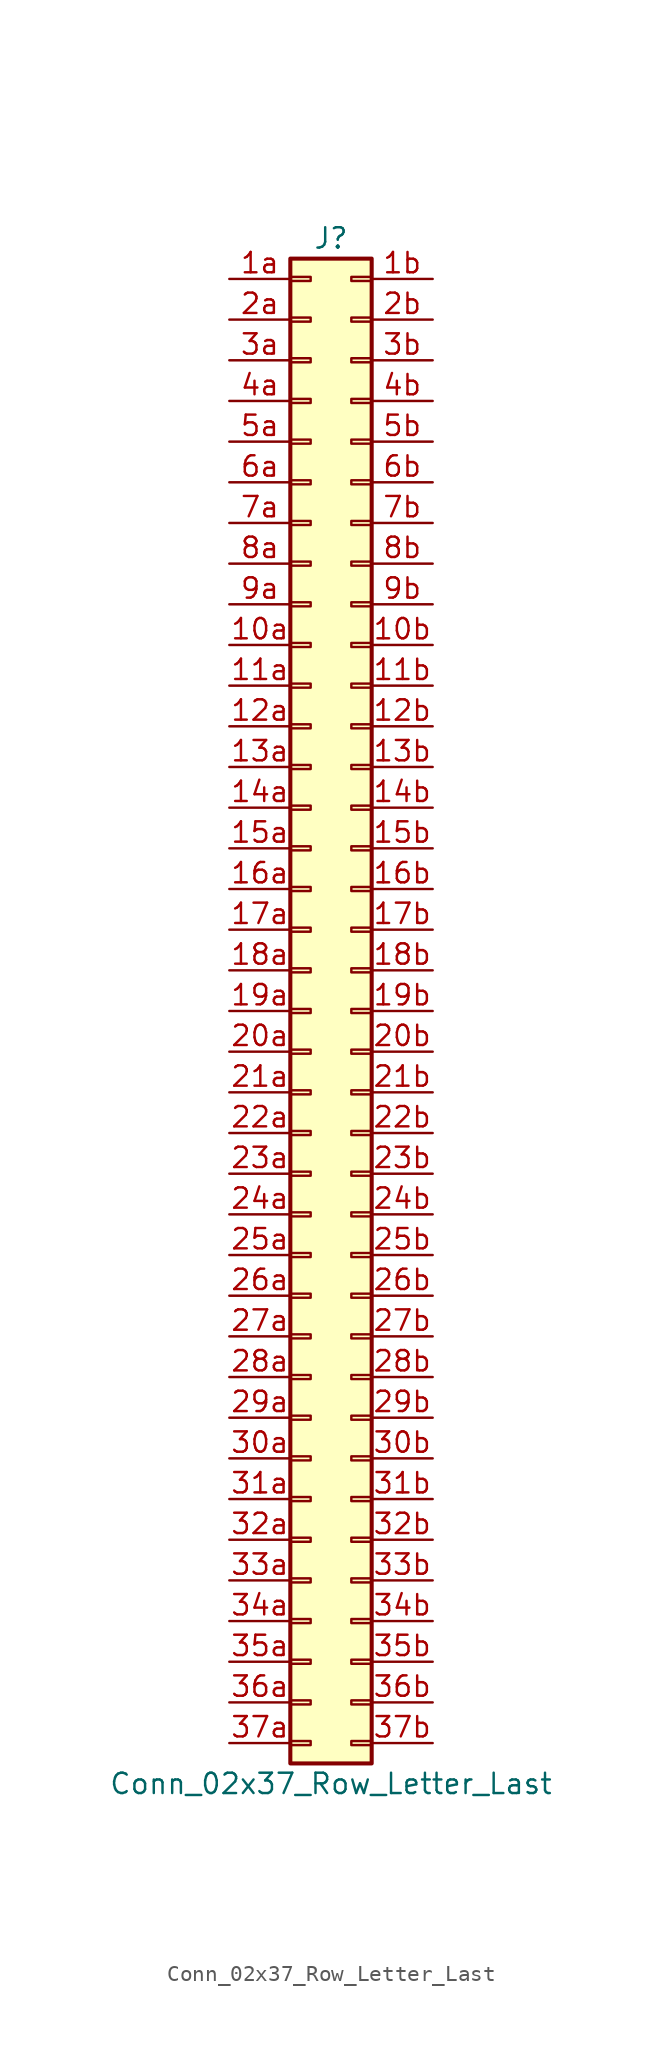
<source format=kicad_sym>
(kicad_symbol_lib
  (version 20201005)
  (generator kicad_symbol_editor)
  (symbol "Conn_02x37_Row_Letter_Last"
    (pin_names
      (offset 1.016) hide)
    (property "Reference" "J"
      (at 1.27 48.26 0)
      (effects (font (size 1.27 1.27))))
    (property "Value" "Conn_02x37_Row_Letter_Last"
      (at 1.27 -48.26 0)
      (effects (font (size 1.27 1.27))))
    (symbol "Conn_02x37_Row_Letter_Last_1_1"
      (rectangle (start -1.27 -45.593) (end 0 -45.847) (stroke (width 0.152)) (fill (type none)))
      (rectangle (start -1.27 -43.053) (end 0 -43.307) (stroke (width 0.152)) (fill (type none)))
      (rectangle (start -1.27 -40.513) (end 0 -40.767) (stroke (width 0.152)) (fill (type none)))
      (rectangle (start -1.27 -37.973) (end 0 -38.227) (stroke (width 0.152)) (fill (type none)))
      (rectangle (start -1.27 -35.433) (end 0 -35.687) (stroke (width 0.152)) (fill (type none)))
      (rectangle (start -1.27 -32.893) (end 0 -33.147) (stroke (width 0.152)) (fill (type none)))
      (rectangle (start -1.27 -30.353) (end 0 -30.607) (stroke (width 0.152)) (fill (type none)))
      (rectangle (start -1.27 -27.813) (end 0 -28.067) (stroke (width 0.152)) (fill (type none)))
      (rectangle (start -1.27 -25.273) (end 0 -25.527) (stroke (width 0.152)) (fill (type none)))
      (rectangle (start -1.27 -22.733) (end 0 -22.987) (stroke (width 0.152)) (fill (type none)))
      (rectangle (start -1.27 -20.193) (end 0 -20.447) (stroke (width 0.152)) (fill (type none)))
      (rectangle (start -1.27 -17.653) (end 0 -17.907) (stroke (width 0.152)) (fill (type none)))
      (rectangle (start -1.27 -15.113) (end 0 -15.367) (stroke (width 0.152)) (fill (type none)))
      (rectangle (start -1.27 -12.573) (end 0 -12.827) (stroke (width 0.152)) (fill (type none)))
      (rectangle (start -1.27 -10.033) (end 0 -10.287) (stroke (width 0.152)) (fill (type none)))
      (rectangle (start -1.27 -7.493) (end 0 -7.747) (stroke (width 0.152)) (fill (type none)))
      (rectangle (start -1.27 -4.953) (end 0 -5.207) (stroke (width 0.152)) (fill (type none)))
      (rectangle (start -1.27 -2.413) (end 0 -2.667) (stroke (width 0.152)) (fill (type none)))
      (rectangle (start -1.27 0.127) (end 0 -0.127) (stroke (width 0.152)) (fill (type none)))
      (rectangle (start -1.27 2.667) (end 0 2.413) (stroke (width 0.152)) (fill (type none)))
      (rectangle (start -1.27 5.207) (end 0 4.953) (stroke (width 0.152)) (fill (type none)))
      (rectangle (start -1.27 7.747) (end 0 7.493) (stroke (width 0.152)) (fill (type none)))
      (rectangle (start -1.27 10.287) (end 0 10.033) (stroke (width 0.152)) (fill (type none)))
      (rectangle (start -1.27 12.827) (end 0 12.573) (stroke (width 0.152)) (fill (type none)))
      (rectangle (start -1.27 15.367) (end 0 15.113) (stroke (width 0.152)) (fill (type none)))
      (rectangle (start -1.27 17.907) (end 0 17.653) (stroke (width 0.152)) (fill (type none)))
      (rectangle (start -1.27 20.447) (end 0 20.193) (stroke (width 0.152)) (fill (type none)))
      (rectangle (start -1.27 22.987) (end 0 22.733) (stroke (width 0.152)) (fill (type none)))
      (rectangle (start -1.27 25.527) (end 0 25.273) (stroke (width 0.152)) (fill (type none)))
      (rectangle (start -1.27 28.067) (end 0 27.813) (stroke (width 0.152)) (fill (type none)))
      (rectangle (start -1.27 30.607) (end 0 30.353) (stroke (width 0.152)) (fill (type none)))
      (rectangle (start -1.27 33.147) (end 0 32.893) (stroke (width 0.152)) (fill (type none)))
      (rectangle (start -1.27 35.687) (end 0 35.433) (stroke (width 0.152)) (fill (type none)))
      (rectangle (start -1.27 38.227) (end 0 37.973) (stroke (width 0.152)) (fill (type none)))
      (rectangle (start -1.27 40.767) (end 0 40.513) (stroke (width 0.152)) (fill (type none)))
      (rectangle (start -1.27 43.307) (end 0 43.053) (stroke (width 0.152)) (fill (type none)))
      (rectangle (start -1.27 45.847) (end 0 45.593) (stroke (width 0.152)) (fill (type none)))
      (rectangle (start 3.81 -45.593) (end 2.54 -45.847) (stroke (width 0.152)) (fill (type none)))
      (rectangle (start 3.81 -43.053) (end 2.54 -43.307) (stroke (width 0.152)) (fill (type none)))
      (rectangle (start 3.81 -40.513) (end 2.54 -40.767) (stroke (width 0.152)) (fill (type none)))
      (rectangle (start 3.81 -37.973) (end 2.54 -38.227) (stroke (width 0.152)) (fill (type none)))
      (rectangle (start 3.81 -35.433) (end 2.54 -35.687) (stroke (width 0.152)) (fill (type none)))
      (rectangle (start 3.81 -32.893) (end 2.54 -33.147) (stroke (width 0.152)) (fill (type none)))
      (rectangle (start 3.81 -30.353) (end 2.54 -30.607) (stroke (width 0.152)) (fill (type none)))
      (rectangle (start 3.81 -27.813) (end 2.54 -28.067) (stroke (width 0.152)) (fill (type none)))
      (rectangle (start 3.81 -25.273) (end 2.54 -25.527) (stroke (width 0.152)) (fill (type none)))
      (rectangle (start 3.81 -22.733) (end 2.54 -22.987) (stroke (width 0.152)) (fill (type none)))
      (rectangle (start 3.81 -20.193) (end 2.54 -20.447) (stroke (width 0.152)) (fill (type none)))
      (rectangle (start 3.81 -17.653) (end 2.54 -17.907) (stroke (width 0.152)) (fill (type none)))
      (rectangle (start 3.81 -15.113) (end 2.54 -15.367) (stroke (width 0.152)) (fill (type none)))
      (rectangle (start 3.81 -12.573) (end 2.54 -12.827) (stroke (width 0.152)) (fill (type none)))
      (rectangle (start 3.81 -10.033) (end 2.54 -10.287) (stroke (width 0.152)) (fill (type none)))
      (rectangle (start 3.81 -7.493) (end 2.54 -7.747) (stroke (width 0.152)) (fill (type none)))
      (rectangle (start 3.81 -4.953) (end 2.54 -5.207) (stroke (width 0.152)) (fill (type none)))
      (rectangle (start 3.81 -2.413) (end 2.54 -2.667) (stroke (width 0.152)) (fill (type none)))
      (rectangle (start 3.81 0.127) (end 2.54 -0.127) (stroke (width 0.152)) (fill (type none)))
      (rectangle (start 3.81 2.667) (end 2.54 2.413) (stroke (width 0.152)) (fill (type none)))
      (rectangle (start 3.81 5.207) (end 2.54 4.953) (stroke (width 0.152)) (fill (type none)))
      (rectangle (start 3.81 7.747) (end 2.54 7.493) (stroke (width 0.152)) (fill (type none)))
      (rectangle (start 3.81 10.287) (end 2.54 10.033) (stroke (width 0.152)) (fill (type none)))
      (rectangle (start 3.81 12.827) (end 2.54 12.573) (stroke (width 0.152)) (fill (type none)))
      (rectangle (start 3.81 15.367) (end 2.54 15.113) (stroke (width 0.152)) (fill (type none)))
      (rectangle (start 3.81 17.907) (end 2.54 17.653) (stroke (width 0.152)) (fill (type none)))
      (rectangle (start 3.81 20.447) (end 2.54 20.193) (stroke (width 0.152)) (fill (type none)))
      (rectangle (start 3.81 22.987) (end 2.54 22.733) (stroke (width 0.152)) (fill (type none)))
      (rectangle (start 3.81 25.527) (end 2.54 25.273) (stroke (width 0.152)) (fill (type none)))
      (rectangle (start 3.81 28.067) (end 2.54 27.813) (stroke (width 0.152)) (fill (type none)))
      (rectangle (start 3.81 30.607) (end 2.54 30.353) (stroke (width 0.152)) (fill (type none)))
      (rectangle (start 3.81 33.147) (end 2.54 32.893) (stroke (width 0.152)) (fill (type none)))
      (rectangle (start 3.81 35.687) (end 2.54 35.433) (stroke (width 0.152)) (fill (type none)))
      (rectangle (start 3.81 38.227) (end 2.54 37.973) (stroke (width 0.152)) (fill (type none)))
      (rectangle (start 3.81 40.767) (end 2.54 40.513) (stroke (width 0.152)) (fill (type none)))
      (rectangle (start 3.81 43.307) (end 2.54 43.053) (stroke (width 0.152)) (fill (type none)))
      (rectangle (start 3.81 45.847) (end 2.54 45.593) (stroke (width 0.152)) (fill (type none)))
      (rectangle (start -1.27 46.99) (end 3.81 -46.99) (stroke (width 0.254)) (fill (type background)))
      (pin passive line (at -5.08 22.86 0) (length 3.81) (name "Pin_10a" (effects (font (size 1.27 1.27)))) (number "10a" (effects (font (size 1.27 1.27)))))
      (pin passive line (at 7.62 22.86 180) (length 3.81) (name "Pin_10b" (effects (font (size 1.27 1.27)))) (number "10b" (effects (font (size 1.27 1.27)))))
      (pin passive line (at -5.08 20.32 0) (length 3.81) (name "Pin_11a" (effects (font (size 1.27 1.27)))) (number "11a" (effects (font (size 1.27 1.27)))))
      (pin passive line (at 7.62 20.32 180) (length 3.81) (name "Pin_11b" (effects (font (size 1.27 1.27)))) (number "11b" (effects (font (size 1.27 1.27)))))
      (pin passive line (at -5.08 17.78 0) (length 3.81) (name "Pin_12a" (effects (font (size 1.27 1.27)))) (number "12a" (effects (font (size 1.27 1.27)))))
      (pin passive line (at 7.62 17.78 180) (length 3.81) (name "Pin_12b" (effects (font (size 1.27 1.27)))) (number "12b" (effects (font (size 1.27 1.27)))))
      (pin passive line (at -5.08 15.24 0) (length 3.81) (name "Pin_13a" (effects (font (size 1.27 1.27)))) (number "13a" (effects (font (size 1.27 1.27)))))
      (pin passive line (at 7.62 15.24 180) (length 3.81) (name "Pin_13b" (effects (font (size 1.27 1.27)))) (number "13b" (effects (font (size 1.27 1.27)))))
      (pin passive line (at -5.08 12.7 0) (length 3.81) (name "Pin_14a" (effects (font (size 1.27 1.27)))) (number "14a" (effects (font (size 1.27 1.27)))))
      (pin passive line (at 7.62 12.7 180) (length 3.81) (name "Pin_14b" (effects (font (size 1.27 1.27)))) (number "14b" (effects (font (size 1.27 1.27)))))
      (pin passive line (at -5.08 10.16 0) (length 3.81) (name "Pin_15a" (effects (font (size 1.27 1.27)))) (number "15a" (effects (font (size 1.27 1.27)))))
      (pin passive line (at 7.62 10.16 180) (length 3.81) (name "Pin_15b" (effects (font (size 1.27 1.27)))) (number "15b" (effects (font (size 1.27 1.27)))))
      (pin passive line (at -5.08 7.62 0) (length 3.81) (name "Pin_16a" (effects (font (size 1.27 1.27)))) (number "16a" (effects (font (size 1.27 1.27)))))
      (pin passive line (at 7.62 7.62 180) (length 3.81) (name "Pin_16b" (effects (font (size 1.27 1.27)))) (number "16b" (effects (font (size 1.27 1.27)))))
      (pin passive line (at -5.08 5.08 0) (length 3.81) (name "Pin_17a" (effects (font (size 1.27 1.27)))) (number "17a" (effects (font (size 1.27 1.27)))))
      (pin passive line (at 7.62 5.08 180) (length 3.81) (name "Pin_17b" (effects (font (size 1.27 1.27)))) (number "17b" (effects (font (size 1.27 1.27)))))
      (pin passive line (at -5.08 2.54 0) (length 3.81) (name "Pin_18a" (effects (font (size 1.27 1.27)))) (number "18a" (effects (font (size 1.27 1.27)))))
      (pin passive line (at 7.62 2.54 180) (length 3.81) (name "Pin_18b" (effects (font (size 1.27 1.27)))) (number "18b" (effects (font (size 1.27 1.27)))))
      (pin passive line (at -5.08 0 0) (length 3.81) (name "Pin_19a" (effects (font (size 1.27 1.27)))) (number "19a" (effects (font (size 1.27 1.27)))))
      (pin passive line (at 7.62 0 180) (length 3.81) (name "Pin_19b" (effects (font (size 1.27 1.27)))) (number "19b" (effects (font (size 1.27 1.27)))))
      (pin passive line (at -5.08 45.72 0) (length 3.81) (name "Pin_1a" (effects (font (size 1.27 1.27)))) (number "1a" (effects (font (size 1.27 1.27)))))
      (pin passive line (at 7.62 45.72 180) (length 3.81) (name "Pin_1b" (effects (font (size 1.27 1.27)))) (number "1b" (effects (font (size 1.27 1.27)))))
      (pin passive line (at -5.08 -2.54 0) (length 3.81) (name "Pin_20a" (effects (font (size 1.27 1.27)))) (number "20a" (effects (font (size 1.27 1.27)))))
      (pin passive line (at 7.62 -2.54 180) (length 3.81) (name "Pin_20b" (effects (font (size 1.27 1.27)))) (number "20b" (effects (font (size 1.27 1.27)))))
      (pin passive line (at -5.08 -5.08 0) (length 3.81) (name "Pin_21a" (effects (font (size 1.27 1.27)))) (number "21a" (effects (font (size 1.27 1.27)))))
      (pin passive line (at 7.62 -5.08 180) (length 3.81) (name "Pin_21b" (effects (font (size 1.27 1.27)))) (number "21b" (effects (font (size 1.27 1.27)))))
      (pin passive line (at -5.08 -7.62 0) (length 3.81) (name "Pin_22a" (effects (font (size 1.27 1.27)))) (number "22a" (effects (font (size 1.27 1.27)))))
      (pin passive line (at 7.62 -7.62 180) (length 3.81) (name "Pin_22b" (effects (font (size 1.27 1.27)))) (number "22b" (effects (font (size 1.27 1.27)))))
      (pin passive line (at -5.08 -10.16 0) (length 3.81) (name "Pin_23a" (effects (font (size 1.27 1.27)))) (number "23a" (effects (font (size 1.27 1.27)))))
      (pin passive line (at 7.62 -10.16 180) (length 3.81) (name "Pin_23b" (effects (font (size 1.27 1.27)))) (number "23b" (effects (font (size 1.27 1.27)))))
      (pin passive line (at -5.08 -12.7 0) (length 3.81) (name "Pin_24a" (effects (font (size 1.27 1.27)))) (number "24a" (effects (font (size 1.27 1.27)))))
      (pin passive line (at 7.62 -12.7 180) (length 3.81) (name "Pin_24b" (effects (font (size 1.27 1.27)))) (number "24b" (effects (font (size 1.27 1.27)))))
      (pin passive line (at -5.08 -15.24 0) (length 3.81) (name "Pin_25a" (effects (font (size 1.27 1.27)))) (number "25a" (effects (font (size 1.27 1.27)))))
      (pin passive line (at 7.62 -15.24 180) (length 3.81) (name "Pin_25b" (effects (font (size 1.27 1.27)))) (number "25b" (effects (font (size 1.27 1.27)))))
      (pin passive line (at -5.08 -17.78 0) (length 3.81) (name "Pin_26a" (effects (font (size 1.27 1.27)))) (number "26a" (effects (font (size 1.27 1.27)))))
      (pin passive line (at 7.62 -17.78 180) (length 3.81) (name "Pin_26b" (effects (font (size 1.27 1.27)))) (number "26b" (effects (font (size 1.27 1.27)))))
      (pin passive line (at -5.08 -20.32 0) (length 3.81) (name "Pin_27a" (effects (font (size 1.27 1.27)))) (number "27a" (effects (font (size 1.27 1.27)))))
      (pin passive line (at 7.62 -20.32 180) (length 3.81) (name "Pin_27b" (effects (font (size 1.27 1.27)))) (number "27b" (effects (font (size 1.27 1.27)))))
      (pin passive line (at -5.08 -22.86 0) (length 3.81) (name "Pin_28a" (effects (font (size 1.27 1.27)))) (number "28a" (effects (font (size 1.27 1.27)))))
      (pin passive line (at 7.62 -22.86 180) (length 3.81) (name "Pin_28b" (effects (font (size 1.27 1.27)))) (number "28b" (effects (font (size 1.27 1.27)))))
      (pin passive line (at -5.08 -25.4 0) (length 3.81) (name "Pin_29a" (effects (font (size 1.27 1.27)))) (number "29a" (effects (font (size 1.27 1.27)))))
      (pin passive line (at 7.62 -25.4 180) (length 3.81) (name "Pin_29b" (effects (font (size 1.27 1.27)))) (number "29b" (effects (font (size 1.27 1.27)))))
      (pin passive line (at -5.08 43.18 0) (length 3.81) (name "Pin_2a" (effects (font (size 1.27 1.27)))) (number "2a" (effects (font (size 1.27 1.27)))))
      (pin passive line (at 7.62 43.18 180) (length 3.81) (name "Pin_2b" (effects (font (size 1.27 1.27)))) (number "2b" (effects (font (size 1.27 1.27)))))
      (pin passive line (at -5.08 -27.94 0) (length 3.81) (name "Pin_30a" (effects (font (size 1.27 1.27)))) (number "30a" (effects (font (size 1.27 1.27)))))
      (pin passive line (at 7.62 -27.94 180) (length 3.81) (name "Pin_30b" (effects (font (size 1.27 1.27)))) (number "30b" (effects (font (size 1.27 1.27)))))
      (pin passive line (at -5.08 -30.48 0) (length 3.81) (name "Pin_31a" (effects (font (size 1.27 1.27)))) (number "31a" (effects (font (size 1.27 1.27)))))
      (pin passive line (at 7.62 -30.48 180) (length 3.81) (name "Pin_31b" (effects (font (size 1.27 1.27)))) (number "31b" (effects (font (size 1.27 1.27)))))
      (pin passive line (at -5.08 -33.02 0) (length 3.81) (name "Pin_32a" (effects (font (size 1.27 1.27)))) (number "32a" (effects (font (size 1.27 1.27)))))
      (pin passive line (at 7.62 -33.02 180) (length 3.81) (name "Pin_32b" (effects (font (size 1.27 1.27)))) (number "32b" (effects (font (size 1.27 1.27)))))
      (pin passive line (at -5.08 -35.56 0) (length 3.81) (name "Pin_33a" (effects (font (size 1.27 1.27)))) (number "33a" (effects (font (size 1.27 1.27)))))
      (pin passive line (at 7.62 -35.56 180) (length 3.81) (name "Pin_33b" (effects (font (size 1.27 1.27)))) (number "33b" (effects (font (size 1.27 1.27)))))
      (pin passive line (at -5.08 -38.1 0) (length 3.81) (name "Pin_34a" (effects (font (size 1.27 1.27)))) (number "34a" (effects (font (size 1.27 1.27)))))
      (pin passive line (at 7.62 -38.1 180) (length 3.81) (name "Pin_34b" (effects (font (size 1.27 1.27)))) (number "34b" (effects (font (size 1.27 1.27)))))
      (pin passive line (at -5.08 -40.64 0) (length 3.81) (name "Pin_35a" (effects (font (size 1.27 1.27)))) (number "35a" (effects (font (size 1.27 1.27)))))
      (pin passive line (at 7.62 -40.64 180) (length 3.81) (name "Pin_35b" (effects (font (size 1.27 1.27)))) (number "35b" (effects (font (size 1.27 1.27)))))
      (pin passive line (at -5.08 -43.18 0) (length 3.81) (name "Pin_36a" (effects (font (size 1.27 1.27)))) (number "36a" (effects (font (size 1.27 1.27)))))
      (pin passive line (at 7.62 -43.18 180) (length 3.81) (name "Pin_36b" (effects (font (size 1.27 1.27)))) (number "36b" (effects (font (size 1.27 1.27)))))
      (pin passive line (at -5.08 -45.72 0) (length 3.81) (name "Pin_37a" (effects (font (size 1.27 1.27)))) (number "37a" (effects (font (size 1.27 1.27)))))
      (pin passive line (at 7.62 -45.72 180) (length 3.81) (name "Pin_37b" (effects (font (size 1.27 1.27)))) (number "37b" (effects (font (size 1.27 1.27)))))
      (pin passive line (at -5.08 40.64 0) (length 3.81) (name "Pin_3a" (effects (font (size 1.27 1.27)))) (number "3a" (effects (font (size 1.27 1.27)))))
      (pin passive line (at 7.62 40.64 180) (length 3.81) (name "Pin_3b" (effects (font (size 1.27 1.27)))) (number "3b" (effects (font (size 1.27 1.27)))))
      (pin passive line (at -5.08 38.1 0) (length 3.81) (name "Pin_4a" (effects (font (size 1.27 1.27)))) (number "4a" (effects (font (size 1.27 1.27)))))
      (pin passive line (at 7.62 38.1 180) (length 3.81) (name "Pin_4b" (effects (font (size 1.27 1.27)))) (number "4b" (effects (font (size 1.27 1.27)))))
      (pin passive line (at -5.08 35.56 0) (length 3.81) (name "Pin_5a" (effects (font (size 1.27 1.27)))) (number "5a" (effects (font (size 1.27 1.27)))))
      (pin passive line (at 7.62 35.56 180) (length 3.81) (name "Pin_5b" (effects (font (size 1.27 1.27)))) (number "5b" (effects (font (size 1.27 1.27)))))
      (pin passive line (at -5.08 33.02 0) (length 3.81) (name "Pin_6a" (effects (font (size 1.27 1.27)))) (number "6a" (effects (font (size 1.27 1.27)))))
      (pin passive line (at 7.62 33.02 180) (length 3.81) (name "Pin_6b" (effects (font (size 1.27 1.27)))) (number "6b" (effects (font (size 1.27 1.27)))))
      (pin passive line (at -5.08 30.48 0) (length 3.81) (name "Pin_7a" (effects (font (size 1.27 1.27)))) (number "7a" (effects (font (size 1.27 1.27)))))
      (pin passive line (at 7.62 30.48 180) (length 3.81) (name "Pin_7b" (effects (font (size 1.27 1.27)))) (number "7b" (effects (font (size 1.27 1.27)))))
      (pin passive line (at -5.08 27.94 0) (length 3.81) (name "Pin_8a" (effects (font (size 1.27 1.27)))) (number "8a" (effects (font (size 1.27 1.27)))))
      (pin passive line (at 7.62 27.94 180) (length 3.81) (name "Pin_8b" (effects (font (size 1.27 1.27)))) (number "8b" (effects (font (size 1.27 1.27)))))
      (pin passive line (at -5.08 25.4 0) (length 3.81) (name "Pin_9a" (effects (font (size 1.27 1.27)))) (number "9a" (effects (font (size 1.27 1.27)))))
      (pin passive line (at 7.62 25.4 180) (length 3.81) (name "Pin_9b" (effects (font (size 1.27 1.27)))) (number "9b" (effects (font (size 1.27 1.27))))))))
</source>
